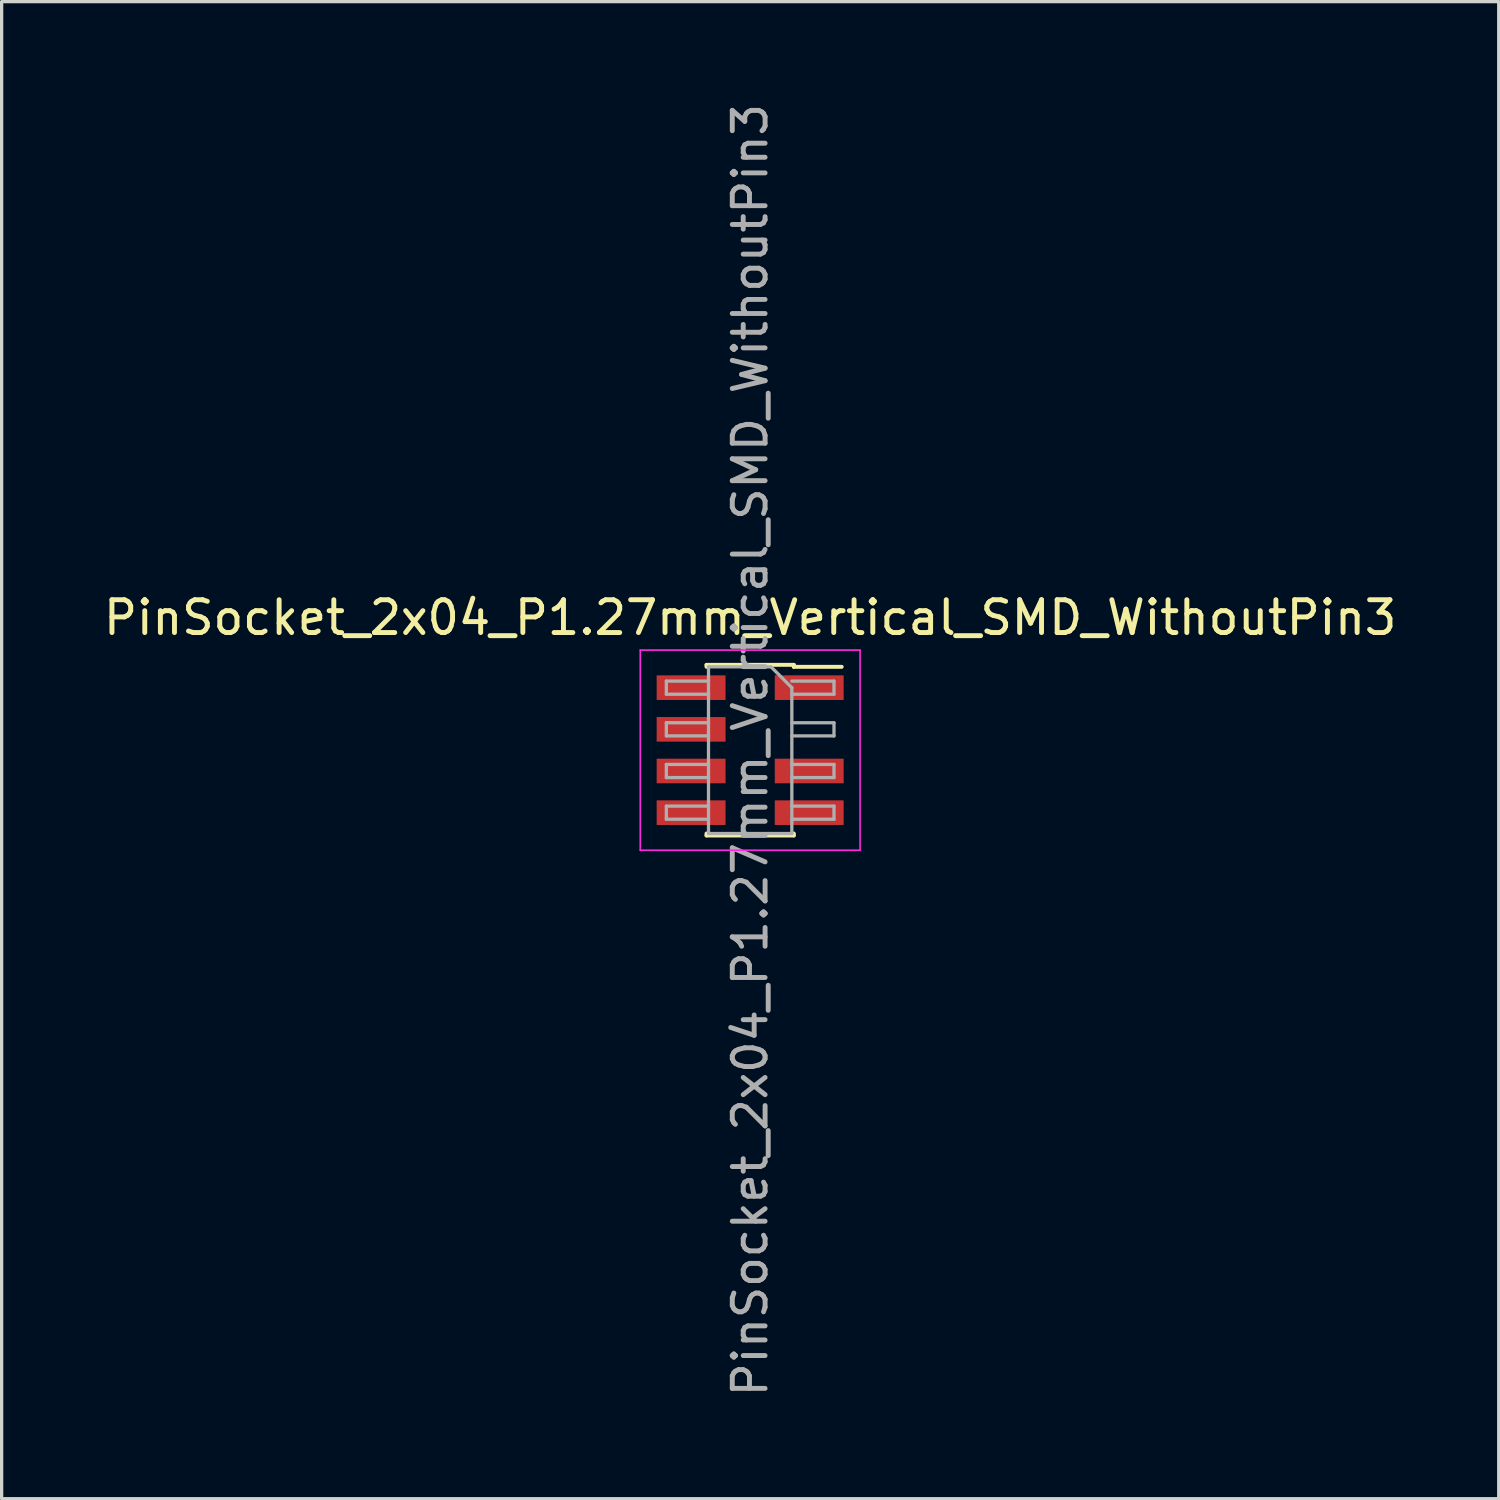
<source format=kicad_pcb>
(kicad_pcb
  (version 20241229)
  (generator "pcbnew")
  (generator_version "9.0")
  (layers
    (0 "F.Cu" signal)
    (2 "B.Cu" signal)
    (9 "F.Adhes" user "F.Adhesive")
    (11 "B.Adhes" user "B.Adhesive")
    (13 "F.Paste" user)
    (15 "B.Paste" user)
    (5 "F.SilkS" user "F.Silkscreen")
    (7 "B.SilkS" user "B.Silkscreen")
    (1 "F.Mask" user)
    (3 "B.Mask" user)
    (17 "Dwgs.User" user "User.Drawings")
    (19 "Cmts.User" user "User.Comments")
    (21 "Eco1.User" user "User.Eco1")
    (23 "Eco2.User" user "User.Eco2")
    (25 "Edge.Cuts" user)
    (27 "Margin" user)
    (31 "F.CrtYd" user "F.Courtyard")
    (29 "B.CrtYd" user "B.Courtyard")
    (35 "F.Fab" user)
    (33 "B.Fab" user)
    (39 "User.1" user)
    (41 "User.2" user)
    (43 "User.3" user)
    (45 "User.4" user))
  (footprint "PinSocket_2x04_P1.27mm_Vertical_SMD_WithoutPin3"
    (layer "F.Cu")
    (at 19.815 19.815)
    (property "Reference" "PinSocket_2x04_P1.27mm_Vertical_SMD_WithoutPin3" (at 0 -4.04 0) (layer "F.SilkS") (effects (font (size 1 1) (thickness 0.15))))
    (attr smd)
    (fp_line (start -1.33 -2.6) (end -1.33 -2.54) (stroke (width 0.12) (type solid)) (layer "F.SilkS"))
    (fp_line (start -1.33 -2.6) (end 1.33 -2.6) (stroke (width 0.12) (type solid)) (layer "F.SilkS"))
    (fp_line (start -1.33 2.54) (end -1.33 2.6) (stroke (width 0.12) (type solid)) (layer "F.SilkS"))
    (fp_line (start -1.33 2.6) (end 1.33 2.6) (stroke (width 0.12) (type solid)) (layer "F.SilkS"))
    (fp_line (start 1.33 -2.6) (end 1.33 -2.54) (stroke (width 0.12) (type solid)) (layer "F.SilkS"))
    (fp_line (start 1.33 -2.54) (end 2.79 -2.54) (stroke (width 0.12) (type solid)) (layer "F.SilkS"))
    (fp_line (start 1.33 2.54) (end 1.33 2.6) (stroke (width 0.12) (type solid)) (layer "F.SilkS"))
    (fp_line (start -3.35 -3.05) (end 3.35 -3.05) (stroke (width 0.05) (type solid)) (layer "F.CrtYd"))
    (fp_line (start -3.35 3.05) (end -3.35 -3.05) (stroke (width 0.05) (type solid)) (layer "F.CrtYd"))
    (fp_line (start 3.35 -3.05) (end 3.35 3.05) (stroke (width 0.05) (type solid)) (layer "F.CrtYd"))
    (fp_line (start 3.35 3.05) (end -3.35 3.05) (stroke (width 0.05) (type solid)) (layer "F.CrtYd"))
    (fp_line (start -2.555 -2.105) (end -1.27 -2.105) (stroke (width 0.1) (type solid)) (layer "F.Fab"))
    (fp_line (start -2.555 -1.705) (end -2.555 -2.105) (stroke (width 0.1) (type solid)) (layer "F.Fab"))
    (fp_line (start -2.555 -0.835) (end -1.27 -0.835) (stroke (width 0.1) (type solid)) (layer "F.Fab"))
    (fp_line (start -2.555 -0.435) (end -2.555 -0.835) (stroke (width 0.1) (type solid)) (layer "F.Fab"))
    (fp_line (start -2.555 0.435) (end -1.27 0.435) (stroke (width 0.1) (type solid)) (layer "F.Fab"))
    (fp_line (start -2.555 0.835) (end -2.555 0.435) (stroke (width 0.1) (type solid)) (layer "F.Fab"))
    (fp_line (start -2.555 1.705) (end -1.27 1.705) (stroke (width 0.1) (type solid)) (layer "F.Fab"))
    (fp_line (start -2.555 2.105) (end -2.555 1.705) (stroke (width 0.1) (type solid)) (layer "F.Fab"))
    (fp_line (start -1.27 -2.54) (end 0.635 -2.54) (stroke (width 0.1) (type solid)) (layer "F.Fab"))
    (fp_line (start -1.27 -1.705) (end -2.555 -1.705) (stroke (width 0.1) (type solid)) (layer "F.Fab"))
    (fp_line (start -1.27 -0.435) (end -2.555 -0.435) (stroke (width 0.1) (type solid)) (layer "F.Fab"))
    (fp_line (start -1.27 0.835) (end -2.555 0.835) (stroke (width 0.1) (type solid)) (layer "F.Fab"))
    (fp_line (start -1.27 2.105) (end -2.555 2.105) (stroke (width 0.1) (type solid)) (layer "F.Fab"))
    (fp_line (start -1.27 2.54) (end -1.27 -2.54) (stroke (width 0.1) (type solid)) (layer "F.Fab"))
    (fp_line (start 0.635 -2.54) (end 1.27 -1.905) (stroke (width 0.1) (type solid)) (layer "F.Fab"))
    (fp_line (start 1.27 -2.105) (end 2.555 -2.105) (stroke (width 0.1) (type solid)) (layer "F.Fab"))
    (fp_line (start 1.27 -1.905) (end 1.27 2.54) (stroke (width 0.1) (type solid)) (layer "F.Fab"))
    (fp_line (start 1.27 -0.835) (end 2.555 -0.835) (stroke (width 0.1) (type solid)) (layer "F.Fab"))
    (fp_line (start 1.27 0.435) (end 2.555 0.435) (stroke (width 0.1) (type solid)) (layer "F.Fab"))
    (fp_line (start 1.27 1.705) (end 2.555 1.705) (stroke (width 0.1) (type solid)) (layer "F.Fab"))
    (fp_line (start 1.27 2.54) (end -1.27 2.54) (stroke (width 0.1) (type solid)) (layer "F.Fab"))
    (fp_line (start 2.555 -2.105) (end 2.555 -1.705) (stroke (width 0.1) (type solid)) (layer "F.Fab"))
    (fp_line (start 2.555 -1.705) (end 1.27 -1.705) (stroke (width 0.1) (type solid)) (layer "F.Fab"))
    (fp_line (start 2.555 -0.835) (end 2.555 -0.435) (stroke (width 0.1) (type solid)) (layer "F.Fab"))
    (fp_line (start 2.555 -0.435) (end 1.27 -0.435) (stroke (width 0.1) (type solid)) (layer "F.Fab"))
    (fp_line (start 2.555 0.435) (end 2.555 0.835) (stroke (width 0.1) (type solid)) (layer "F.Fab"))
    (fp_line (start 2.555 0.835) (end 1.27 0.835) (stroke (width 0.1) (type solid)) (layer "F.Fab"))
    (fp_line (start 2.555 1.705) (end 2.555 2.105) (stroke (width 0.1) (type solid)) (layer "F.Fab"))
    (fp_line (start 2.555 2.105) (end 1.27 2.105) (stroke (width 0.1) (type solid)) (layer "F.Fab"))
    (fp_text user "${REFERENCE}" (at 0 0 90) (layer "F.Fab") (effects (font (size 1 1) (thickness 0.15))))
    (pad "1" smd rect (at 1.8 -1.905) (size 2.1 0.75) (layers "F.Cu" "F.Mask" "F.Paste"))
    (pad "2" smd rect (at -1.8 -1.905) (size 2.1 0.75) (layers "F.Cu" "F.Mask" "F.Paste"))
    (pad "4" smd rect (at -1.8 -0.635) (size 2.1 0.75) (layers "F.Cu" "F.Mask" "F.Paste"))
    (pad "5" smd rect (at 1.8 0.635) (size 2.1 0.75) (layers "F.Cu" "F.Mask" "F.Paste"))
    (pad "6" smd rect (at -1.8 0.635) (size 2.1 0.75) (layers "F.Cu" "F.Mask" "F.Paste"))
    (pad "7" smd rect (at 1.8 1.905) (size 2.1 0.75) (layers "F.Cu" "F.Mask" "F.Paste"))
    (pad "8" smd rect (at -1.8 1.905) (size 2.1 0.75) (layers "F.Cu" "F.Mask" "F.Paste")))
  (gr_rect
    (start -3 -3)
    (end 42.631 42.631)
    (stroke (width 0.1) (type default))
    (fill no)
    (layer "Edge.Cuts")))
</source>
